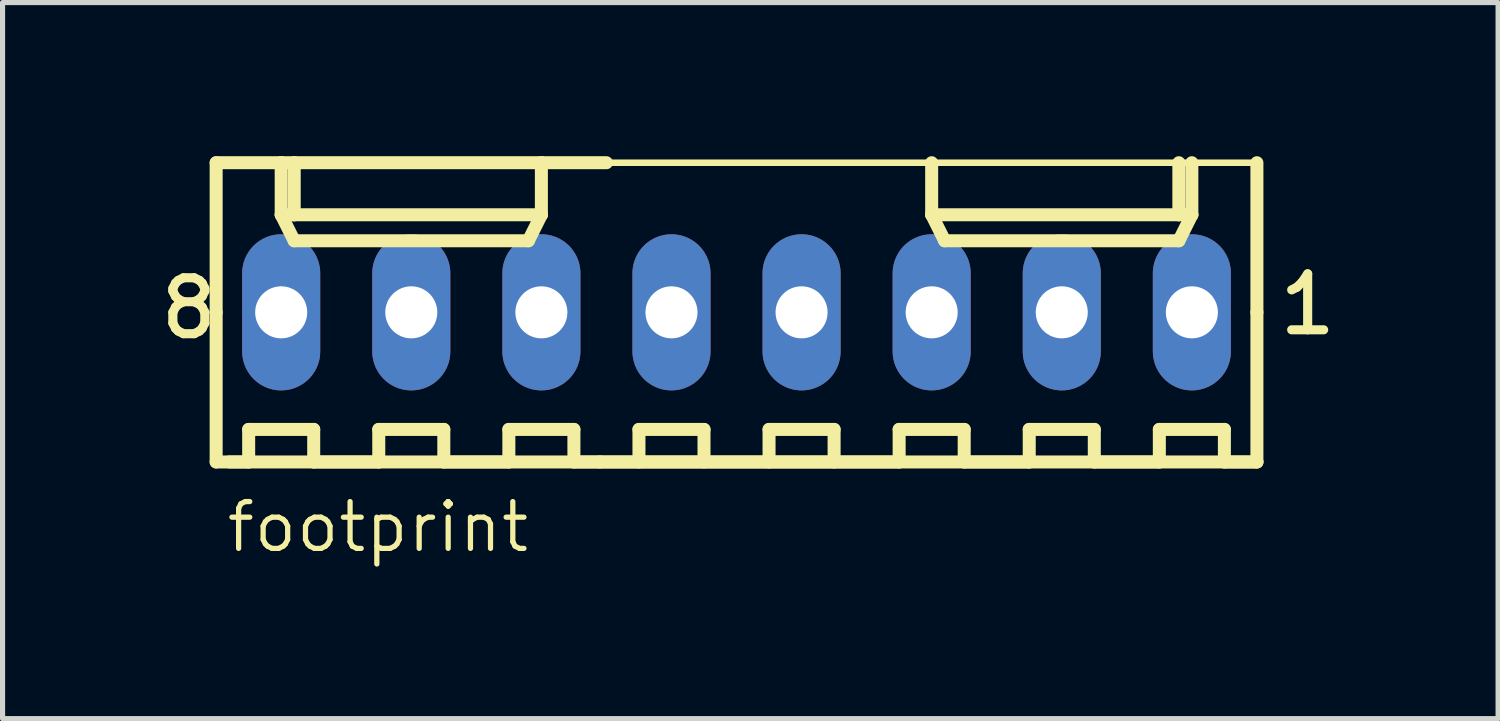
<source format=kicad_pcb>
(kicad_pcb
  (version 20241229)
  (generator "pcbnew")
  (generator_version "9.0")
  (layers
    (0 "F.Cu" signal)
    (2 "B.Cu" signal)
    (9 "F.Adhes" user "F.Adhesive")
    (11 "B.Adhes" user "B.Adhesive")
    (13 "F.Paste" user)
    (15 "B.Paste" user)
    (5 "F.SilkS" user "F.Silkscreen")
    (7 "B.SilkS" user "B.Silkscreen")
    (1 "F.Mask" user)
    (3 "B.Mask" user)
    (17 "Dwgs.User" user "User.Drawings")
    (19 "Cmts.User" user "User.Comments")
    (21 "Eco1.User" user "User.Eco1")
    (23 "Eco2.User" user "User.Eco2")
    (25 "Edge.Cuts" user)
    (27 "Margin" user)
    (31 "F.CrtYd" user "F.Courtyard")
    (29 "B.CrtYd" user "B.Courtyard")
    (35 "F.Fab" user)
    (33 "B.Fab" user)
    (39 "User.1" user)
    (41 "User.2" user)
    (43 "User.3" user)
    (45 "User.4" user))
  (footprint "footprint"
    (layer "F.Cu")
    (at 11.33 3.048)
    (property "Reference" "footprint" (at -10.006 4.726 0) (layer "F.SilkS") (effects (font (size 0.914 0.914) (thickness 0.102)) (justify left bottom)))
    (fp_line (start -10.16 -2.921) (end -8.89 -2.921) (stroke (width 0.254) (type solid)) (layer "F.SilkS"))
    (fp_line (start -10.16 0) (end -10.16 -2.921) (stroke (width 0.254) (type solid)) (layer "F.SilkS"))
    (fp_line (start -10.16 0) (end -10.16 2.921) (stroke (width 0.254) (type solid)) (layer "F.SilkS"))
    (fp_line (start -10.16 2.921) (end -2.667 2.921) (stroke (width 0.254) (type solid)) (layer "F.SilkS"))
    (fp_line (start -9.906 2.921) (end -9.525 2.921) (stroke (width 0.254) (type solid)) (layer "F.SilkS"))
    (fp_line (start -9.525 2.286) (end -8.255 2.286) (stroke (width 0.254) (type solid)) (layer "F.SilkS"))
    (fp_line (start -9.525 2.921) (end -9.525 2.286) (stroke (width 0.254) (type solid)) (layer "F.SilkS"))
    (fp_line (start -8.89 -2.921) (end -8.636 -2.921) (stroke (width 0.254) (type solid)) (layer "F.SilkS"))
    (fp_line (start -8.89 -2.54) (end -8.89 -2.921) (stroke (width 0.127) (type solid)) (layer "F.SilkS"))
    (fp_line (start -8.89 -1.905) (end -8.89 -2.921) (stroke (width 0.254) (type solid)) (layer "F.SilkS"))
    (fp_line (start -8.89 -1.905) (end -8.636 -1.905) (stroke (width 0.254) (type solid)) (layer "F.SilkS"))
    (fp_line (start -8.89 -1.905) (end -8.636 -1.397) (stroke (width 0.254) (type solid)) (layer "F.SilkS"))
    (fp_line (start -8.636 -2.921) (end -8.636 -1.905) (stroke (width 0.254) (type solid)) (layer "F.SilkS"))
    (fp_line (start -8.636 -2.921) (end -3.81 -2.921) (stroke (width 0.254) (type solid)) (layer "F.SilkS"))
    (fp_line (start -8.636 -1.905) (end -3.81 -1.905) (stroke (width 0.254) (type solid)) (layer "F.SilkS"))
    (fp_line (start -8.636 -1.397) (end -4.064 -1.397) (stroke (width 0.254) (type solid)) (layer "F.SilkS"))
    (fp_line (start -8.255 2.286) (end -8.255 2.921) (stroke (width 0.254) (type solid)) (layer "F.SilkS"))
    (fp_line (start -8.255 2.921) (end -6.985 2.921) (stroke (width 0.254) (type solid)) (layer "F.SilkS"))
    (fp_line (start -6.985 2.286) (end -5.715 2.286) (stroke (width 0.254) (type solid)) (layer "F.SilkS"))
    (fp_line (start -6.985 2.921) (end -6.985 2.286) (stroke (width 0.254) (type solid)) (layer "F.SilkS"))
    (fp_line (start -5.715 2.286) (end -5.715 2.921) (stroke (width 0.254) (type solid)) (layer "F.SilkS"))
    (fp_line (start -5.715 2.921) (end -4.445 2.921) (stroke (width 0.254) (type solid)) (layer "F.SilkS"))
    (fp_line (start -4.445 2.286) (end -3.175 2.286) (stroke (width 0.254) (type solid)) (layer "F.SilkS"))
    (fp_line (start -4.445 2.921) (end -4.445 2.286) (stroke (width 0.254) (type solid)) (layer "F.SilkS"))
    (fp_line (start -4.064 -1.397) (end -3.81 -1.905) (stroke (width 0.254) (type solid)) (layer "F.SilkS"))
    (fp_line (start -3.81 -2.921) (end -2.54 -2.921) (stroke (width 0.254) (type solid)) (layer "F.SilkS"))
    (fp_line (start -3.81 -1.905) (end -3.81 -2.921) (stroke (width 0.254) (type solid)) (layer "F.SilkS"))
    (fp_line (start -3.175 2.286) (end -3.175 2.921) (stroke (width 0.254) (type solid)) (layer "F.SilkS"))
    (fp_line (start -3.175 2.921) (end 3.175 2.921) (stroke (width 0.254) (type solid)) (layer "F.SilkS"))
    (fp_line (start -1.905 2.286) (end -0.635 2.286) (stroke (width 0.254) (type solid)) (layer "F.SilkS"))
    (fp_line (start -1.905 2.921) (end -1.905 2.286) (stroke (width 0.254) (type solid)) (layer "F.SilkS"))
    (fp_line (start -0.635 2.286) (end -0.635 2.921) (stroke (width 0.254) (type solid)) (layer "F.SilkS"))
    (fp_line (start 0.635 2.286) (end 1.905 2.286) (stroke (width 0.254) (type solid)) (layer "F.SilkS"))
    (fp_line (start 0.635 2.921) (end 0.635 2.286) (stroke (width 0.254) (type solid)) (layer "F.SilkS"))
    (fp_line (start 1.905 2.286) (end 1.905 2.921) (stroke (width 0.254) (type solid)) (layer "F.SilkS"))
    (fp_line (start 3.175 2.286) (end 4.445 2.286) (stroke (width 0.254) (type solid)) (layer "F.SilkS"))
    (fp_line (start 3.175 2.921) (end 3.175 2.286) (stroke (width 0.254) (type solid)) (layer "F.SilkS"))
    (fp_line (start 3.81 -1.905) (end 3.81 -2.921) (stroke (width 0.254) (type solid)) (layer "F.SilkS"))
    (fp_line (start 3.81 -1.905) (end 4.064 -1.397) (stroke (width 0.254) (type solid)) (layer "F.SilkS"))
    (fp_line (start 3.81 -1.905) (end 8.636 -1.905) (stroke (width 0.254) (type solid)) (layer "F.SilkS"))
    (fp_line (start 4.064 -1.397) (end 8.636 -1.397) (stroke (width 0.254) (type solid)) (layer "F.SilkS"))
    (fp_line (start 4.445 2.286) (end 4.445 2.921) (stroke (width 0.254) (type solid)) (layer "F.SilkS"))
    (fp_line (start 4.445 2.921) (end 5.715 2.921) (stroke (width 0.254) (type solid)) (layer "F.SilkS"))
    (fp_line (start 5.715 2.286) (end 6.985 2.286) (stroke (width 0.254) (type solid)) (layer "F.SilkS"))
    (fp_line (start 5.715 2.921) (end 5.715 2.286) (stroke (width 0.254) (type solid)) (layer "F.SilkS"))
    (fp_line (start 6.985 2.286) (end 6.985 2.921) (stroke (width 0.254) (type solid)) (layer "F.SilkS"))
    (fp_line (start 6.985 2.921) (end 8.255 2.921) (stroke (width 0.254) (type solid)) (layer "F.SilkS"))
    (fp_line (start 8.255 2.286) (end 9.525 2.286) (stroke (width 0.254) (type solid)) (layer "F.SilkS"))
    (fp_line (start 8.255 2.921) (end 8.255 2.286) (stroke (width 0.254) (type solid)) (layer "F.SilkS"))
    (fp_line (start 8.636 -2.921) (end 8.636 -1.905) (stroke (width 0.254) (type solid)) (layer "F.SilkS"))
    (fp_line (start 8.636 -1.905) (end 8.89 -1.905) (stroke (width 0.254) (type solid)) (layer "F.SilkS"))
    (fp_line (start 8.636 -1.397) (end 8.89 -1.905) (stroke (width 0.254) (type solid)) (layer "F.SilkS"))
    (fp_line (start 8.89 -1.905) (end 8.89 -2.921) (stroke (width 0.254) (type solid)) (layer "F.SilkS"))
    (fp_line (start 9.525 2.286) (end 9.525 2.921) (stroke (width 0.254) (type solid)) (layer "F.SilkS"))
    (fp_line (start 9.525 2.921) (end 10.16 2.921) (stroke (width 0.254) (type solid)) (layer "F.SilkS"))
    (fp_line (start 10.16 -2.921) (end -2.54 -2.921) (stroke (width 0.127) (type solid)) (layer "F.SilkS"))
    (fp_line (start 10.16 0) (end 10.16 -2.921) (stroke (width 0.254) (type solid)) (layer "F.SilkS"))
    (fp_line (start 10.16 0) (end 10.16 2.921) (stroke (width 0.254) (type solid)) (layer "F.SilkS"))
    (fp_line (start 10.16 2.921) (end -2.667 2.921) (stroke (width 0.254) (type solid)) (layer "F.SilkS"))
    (fp_poly (pts (xy -9.144 0.254) (xy -8.636 0.254) (xy -8.636 -0.254) (xy -9.144 -0.254)) (stroke (width 0.1) (type solid)) (fill no) (layer "F.Fab"))
    (fp_poly (pts (xy -6.604 0.254) (xy -6.096 0.254) (xy -6.096 -0.254) (xy -6.604 -0.254)) (stroke (width 0.1) (type solid)) (fill no) (layer "F.Fab"))
    (fp_poly (pts (xy -4.064 0.254) (xy -3.556 0.254) (xy -3.556 -0.254) (xy -4.064 -0.254)) (stroke (width 0.1) (type solid)) (fill no) (layer "F.Fab"))
    (fp_poly (pts (xy -1.524 0.254) (xy -1.016 0.254) (xy -1.016 -0.254) (xy -1.524 -0.254)) (stroke (width 0.1) (type solid)) (fill no) (layer "F.Fab"))
    (fp_poly (pts (xy 1.016 0.254) (xy 1.524 0.254) (xy 1.524 -0.254) (xy 1.016 -0.254)) (stroke (width 0.1) (type solid)) (fill no) (layer "F.Fab"))
    (fp_poly (pts (xy 3.556 0.254) (xy 4.064 0.254) (xy 4.064 -0.254) (xy 3.556 -0.254)) (stroke (width 0.1) (type solid)) (fill no) (layer "F.Fab"))
    (fp_poly (pts (xy 6.096 0.254) (xy 6.604 0.254) (xy 6.604 -0.254) (xy 6.096 -0.254)) (stroke (width 0.1) (type solid)) (fill no) (layer "F.Fab"))
    (fp_poly (pts (xy 8.636 0.254) (xy 9.144 0.254) (xy 9.144 -0.254) (xy 8.636 -0.254)) (stroke (width 0.1) (type solid)) (fill no) (layer "F.Fab"))
    (fp_text user "8" (at -11.33 0.56 0) (layer "F.SilkS") (effects (font (size 1.092 1.092) (thickness 0.178)) (justify left bottom)))
    (fp_text user "1" (at 10.514 0.484 0) (layer "F.SilkS") (effects (font (size 1.092 1.092) (thickness 0.178)) (justify left bottom)))
    (pad "1" thru_hole oval (at 8.89 0 90) (size 3.048 1.524) (drill 1.016) (layers "*.Cu" "*.Mask"))
    (pad "2" thru_hole oval (at 6.35 0 90) (size 3.048 1.524) (drill 1.016) (layers "*.Cu" "*.Mask"))
    (pad "3" thru_hole oval (at 3.81 0 90) (size 3.048 1.524) (drill 1.016) (layers "*.Cu" "*.Mask"))
    (pad "4" thru_hole oval (at 1.27 0 90) (size 3.048 1.524) (drill 1.016) (layers "*.Cu" "*.Mask"))
    (pad "5" thru_hole oval (at -1.27 0 90) (size 3.048 1.524) (drill 1.016) (layers "*.Cu" "*.Mask"))
    (pad "6" thru_hole oval (at -3.81 0 90) (size 3.048 1.524) (drill 1.016) (layers "*.Cu" "*.Mask"))
    (pad "7" thru_hole oval (at -6.35 0 90) (size 3.048 1.524) (drill 1.016) (layers "*.Cu" "*.Mask"))
    (pad "8" thru_hole oval (at -8.89 0 90) (size 3.048 1.524) (drill 1.016) (layers "*.Cu" "*.Mask")))
  (gr_rect
    (start -3 -3)
    (end 26.199 10.981)
    (stroke (width 0.1) (type default))
    (fill no)
    (layer "Edge.Cuts")))
</source>
